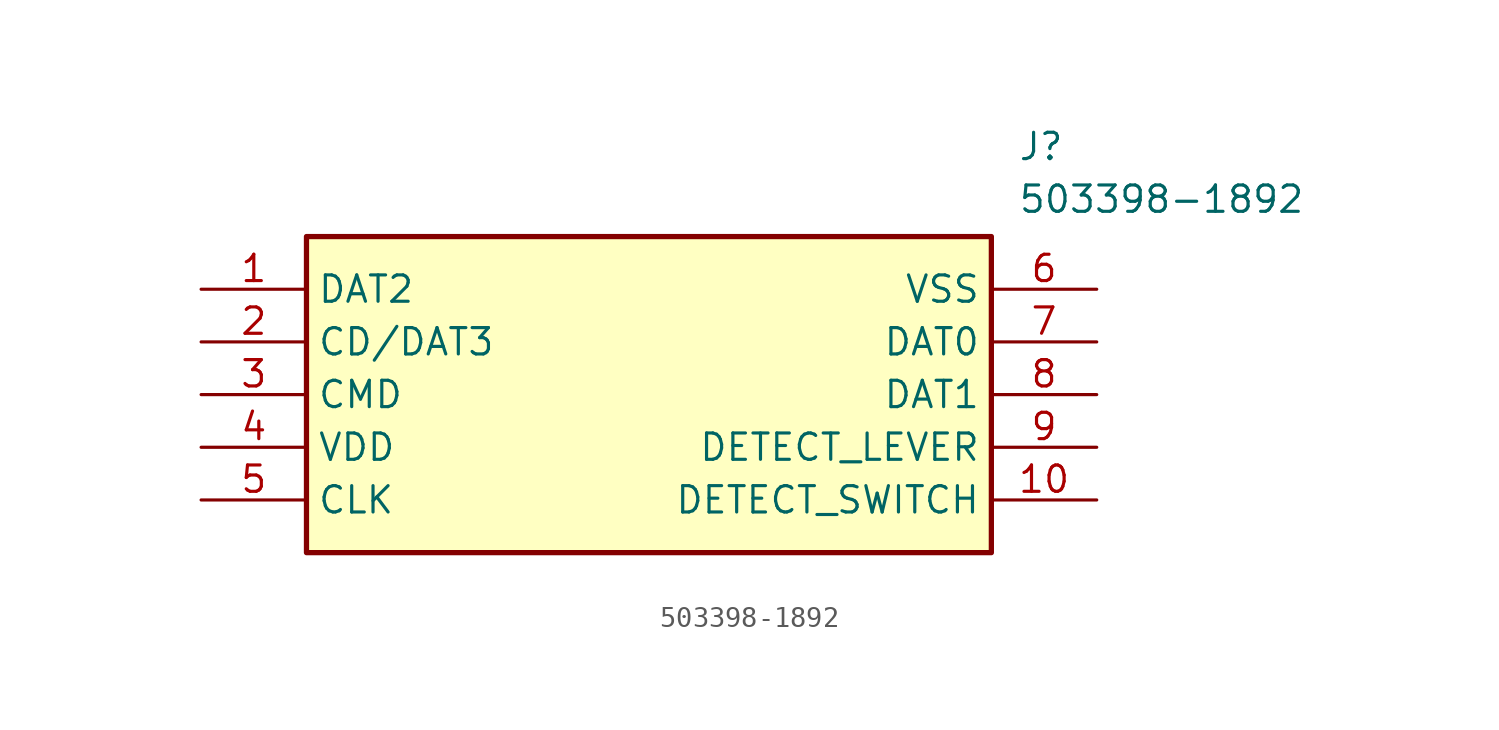
<source format=kicad_sym>
(kicad_symbol_lib
  (version 20220914)
  (generator kicad_symbol_editor)
  (symbol "503398-1892"
    (property "Reference" "J"
      (at 39.37 7.62 0)
      (effects (font (size 1.27 1.27)) (justify left top)))
    (property "Value" "503398-1892"
      (at 39.37 5.08 0)
      (effects (font (size 1.27 1.27)) (justify left top)))
    (symbol "503398-1892_1_1"
      (rectangle (start 5.08 2.54) (end 38.1 -12.7) (stroke (width 0.254) (type default)) (fill (type background)))
      (pin passive line (at 0 0 0) (length 5.08) (name "DAT2" (effects (font (size 1.27 1.27)))) (number "1" (effects (font (size 1.27 1.27)))))
      (pin passive line (at 43.18 -10.16 180) (length 5.08) (name "DETECT_SWITCH" (effects (font (size 1.27 1.27)))) (number "10" (effects (font (size 1.27 1.27)))))
      (pin passive line (at 0 -2.54 0) (length 5.08) (name "CD/DAT3" (effects (font (size 1.27 1.27)))) (number "2" (effects (font (size 1.27 1.27)))))
      (pin passive line (at 0 -5.08 0) (length 5.08) (name "CMD" (effects (font (size 1.27 1.27)))) (number "3" (effects (font (size 1.27 1.27)))))
      (pin passive line (at 0 -7.62 0) (length 5.08) (name "VDD" (effects (font (size 1.27 1.27)))) (number "4" (effects (font (size 1.27 1.27)))))
      (pin passive line (at 0 -10.16 0) (length 5.08) (name "CLK" (effects (font (size 1.27 1.27)))) (number "5" (effects (font (size 1.27 1.27)))))
      (pin passive line (at 43.18 0 180) (length 5.08) (name "VSS" (effects (font (size 1.27 1.27)))) (number "6" (effects (font (size 1.27 1.27)))))
      (pin passive line (at 43.18 -2.54 180) (length 5.08) (name "DAT0" (effects (font (size 1.27 1.27)))) (number "7" (effects (font (size 1.27 1.27)))))
      (pin passive line (at 43.18 -5.08 180) (length 5.08) (name "DAT1" (effects (font (size 1.27 1.27)))) (number "8" (effects (font (size 1.27 1.27)))))
      (pin passive line (at 43.18 -7.62 180) (length 5.08) (name "DETECT_LEVER" (effects (font (size 1.27 1.27)))) (number "9" (effects (font (size 1.27 1.27))))))))
</source>
